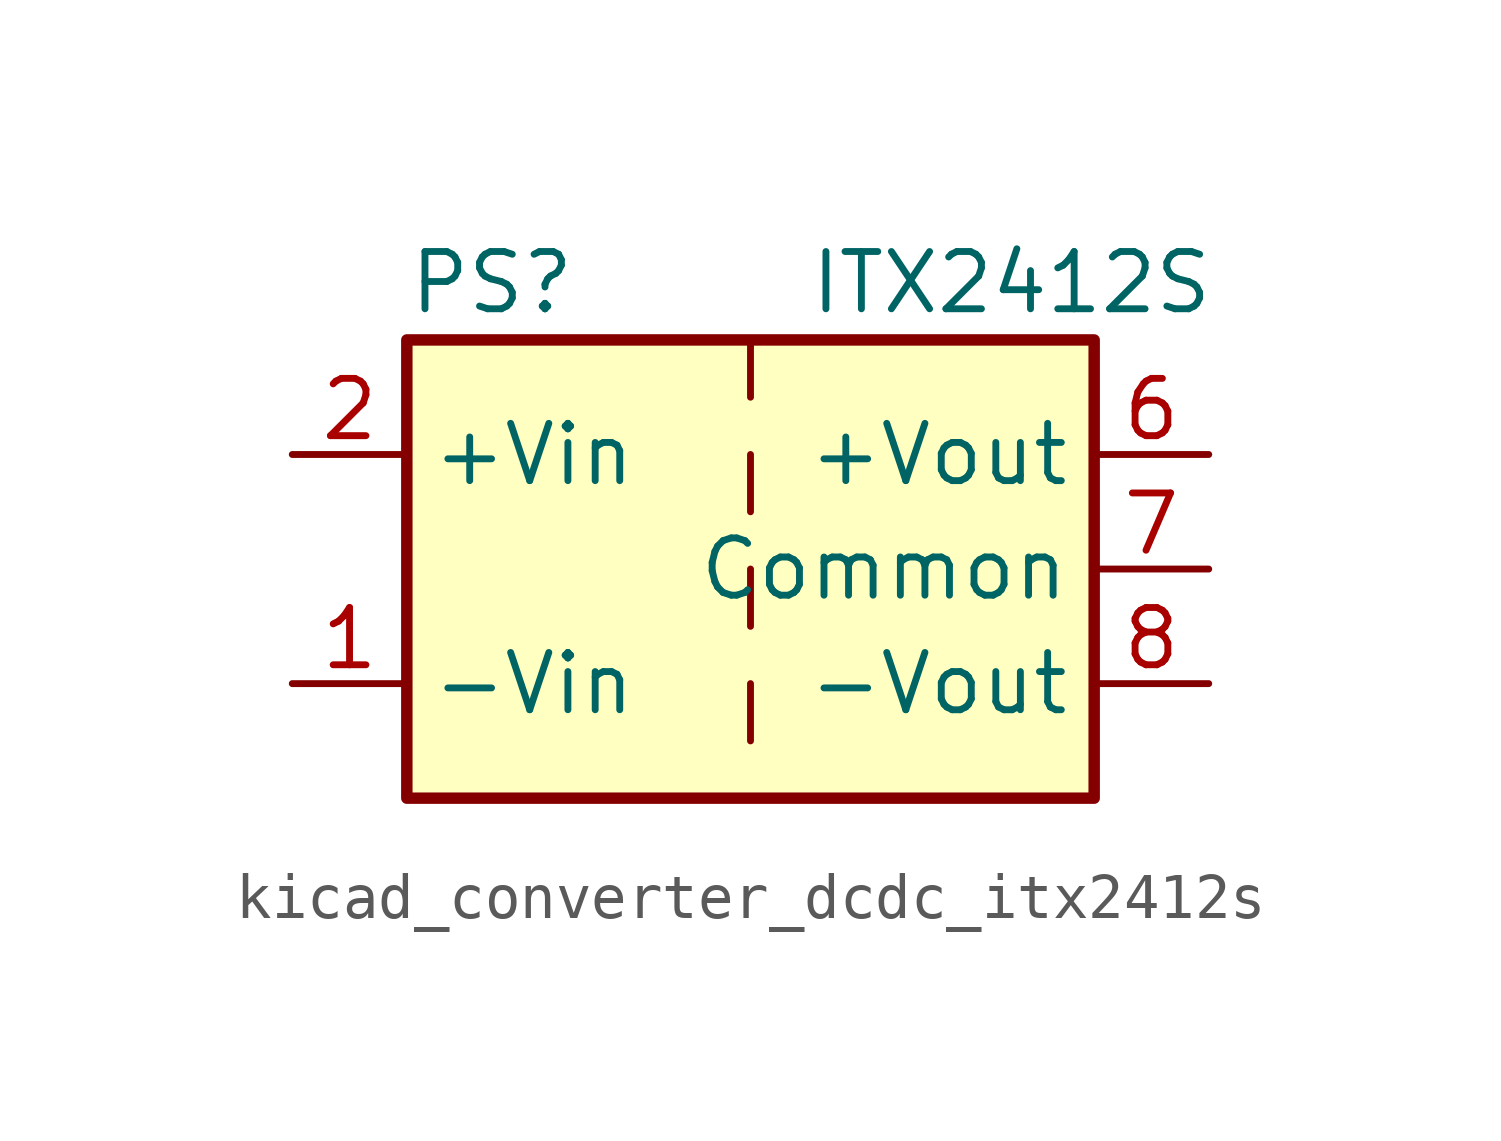
<source format=kicad_sym>
(kicad_symbol_lib
  (version 20220914)
  (generator kicad_symbol_editor)
  (symbol "kicad_converter_dcdc_itx2412s"
    (property "Reference" "PS"
      (at -7.62 6.35 0)
      (effects (font (size 1.27 1.27)) (justify left)))
    (property "Value" "ITX2412S"
      (at 1.27 6.35 0)
      (effects (font (size 1.27 1.27)) (justify left)))
    (symbol "kicad_converter_dcdc_itx2412s_0_0"
      (pin power_in line (at -10.16 -2.54 0) (length 2.54) (name "-Vin" (effects (font (size 1.27 1.27)))) (number "1" (effects (font (size 1.27 1.27)))))
      (pin power_in line (at -10.16 2.54 0) (length 2.54) (name "+Vin" (effects (font (size 1.27 1.27)))) (number "2" (effects (font (size 1.27 1.27)))))
      (pin no_connect line (at 0 -5.08 90) (length 2.54) hide (name "NC" (effects (font (size 1.27 1.27)))) (number "3" (effects (font (size 1.27 1.27)))))
      (pin no_connect line (at 0 5.08 270) (length 2.54) hide (name "NC" (effects (font (size 1.27 1.27)))) (number "5" (effects (font (size 1.27 1.27)))))
      (pin power_out line (at 10.16 2.54 180) (length 2.54) (name "+Vout" (effects (font (size 1.27 1.27)))) (number "6" (effects (font (size 1.27 1.27)))))
      (pin power_out line (at 10.16 0 180) (length 2.54) (name "Common" (effects (font (size 1.27 1.27)))) (number "7" (effects (font (size 1.27 1.27)))))
      (pin power_out line (at 10.16 -2.54 180) (length 2.54) (name "-Vout" (effects (font (size 1.27 1.27)))) (number "8" (effects (font (size 1.27 1.27))))))
    (symbol "kicad_converter_dcdc_itx2412s_0_1"
      (rectangle (start -7.62 5.08) (end 7.62 -5.08) (stroke (width 0.254) (type default)) (fill (type background)))
      (polyline (pts (xy 0 -2.54) (xy 0 -3.81)) (stroke (width 0) (type default)) (fill (type none)))
      (polyline (pts (xy 0 0) (xy 0 -1.27)) (stroke (width 0) (type default)) (fill (type none)))
      (polyline (pts (xy 0 2.54) (xy 0 1.27)) (stroke (width 0) (type default)) (fill (type none)))
      (polyline (pts (xy 0 5.08) (xy 0 3.81)) (stroke (width 0) (type default)) (fill (type none))))))
</source>
